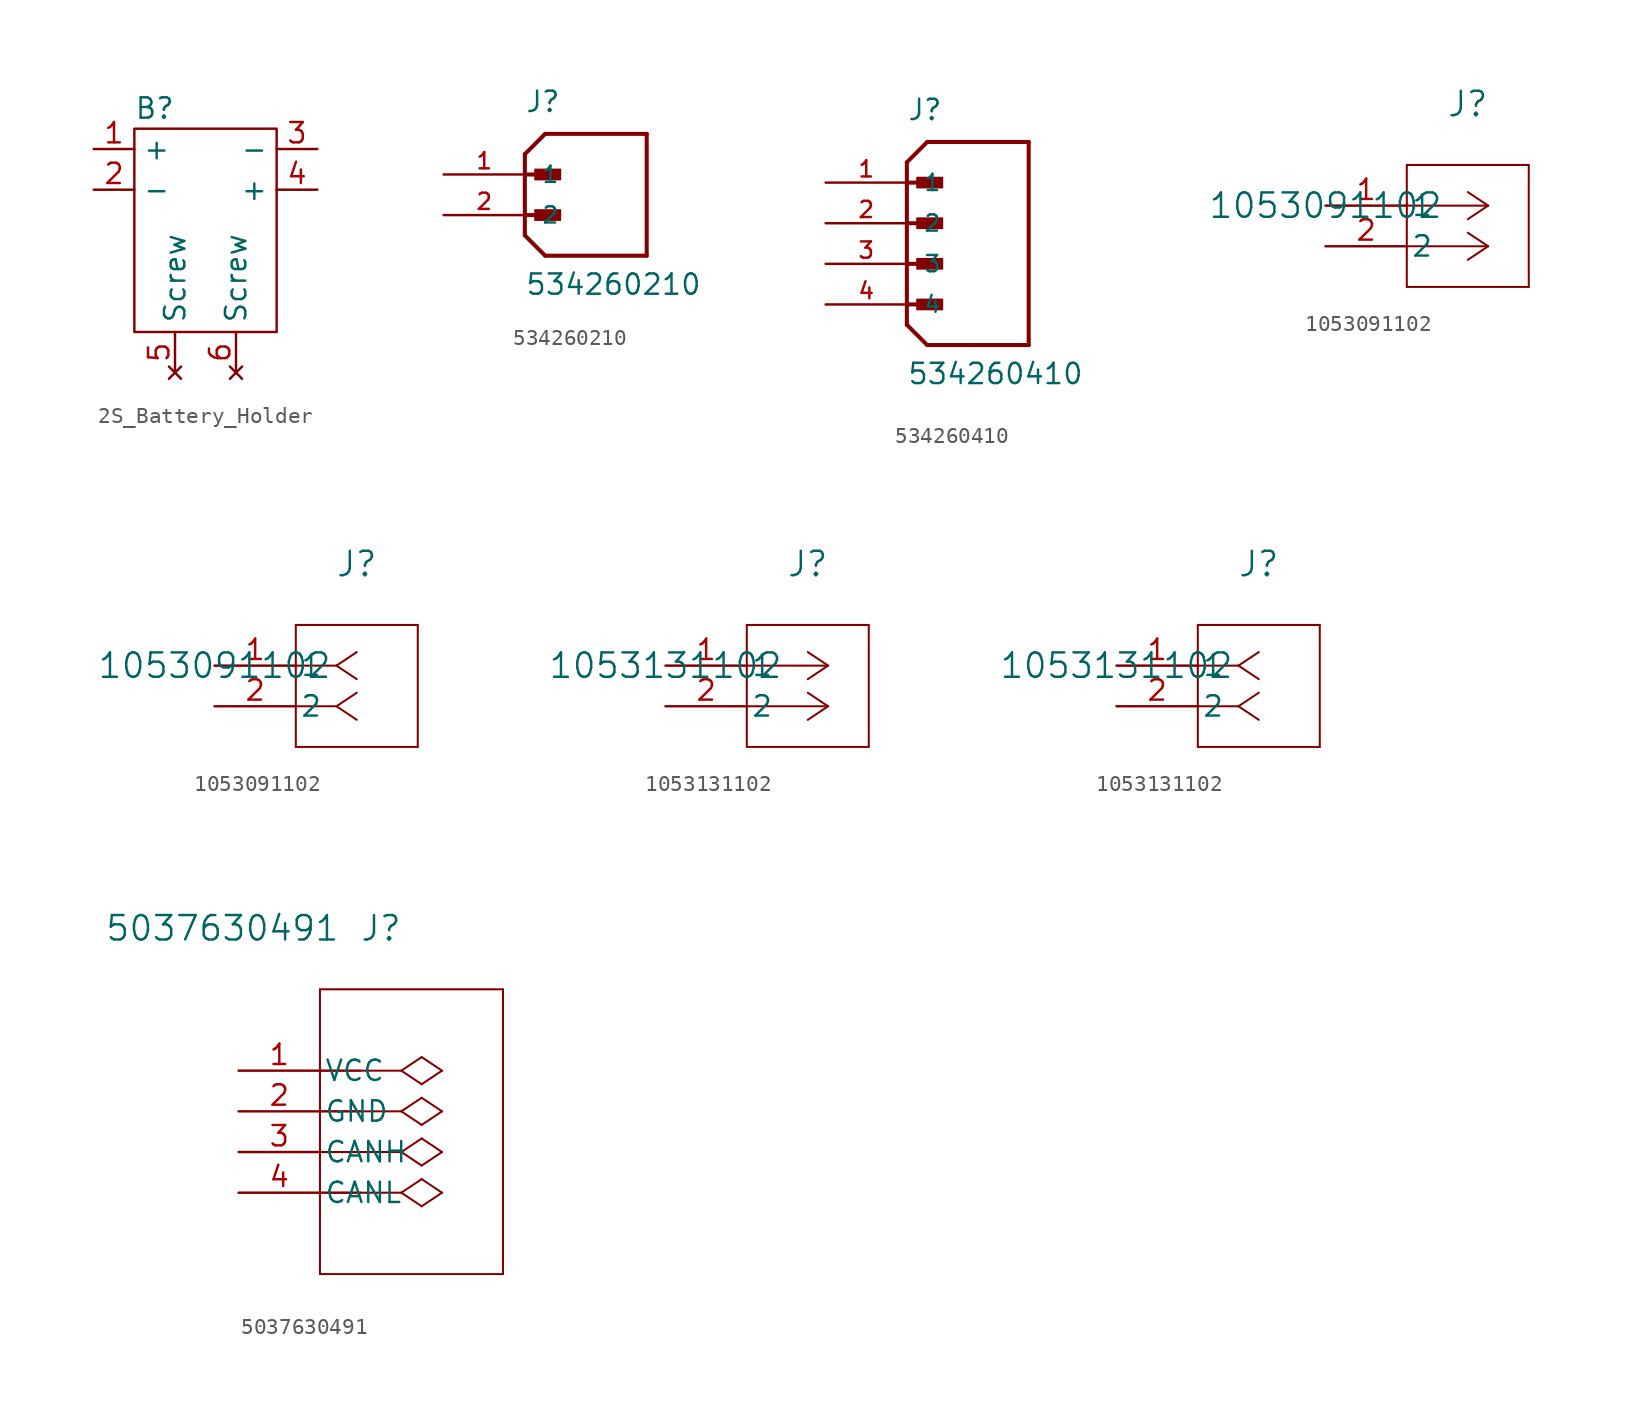
<source format=kicad_sym>
(kicad_symbol_lib
  (version 20231120)
  (generator "kicad_symbol_editor")
  (generator_version "8.0")
  (symbol "2S_Battery_Holder"
    (property "Reference" "B"
      (at 0 0 0)
      (effects (font (size 1.27 1.27))))
    (property "Value" ""
      (at 0 0 0)
      (effects (font (size 1.27 1.27))))
    (symbol "2S_Battery_Holder_0_1"
      (rectangle (start -1.27 -1.27) (end 7.62 -13.97) (stroke (width 0) (type default)) (fill (type none))))
    (symbol "2S_Battery_Holder_1_1"
      (pin unspecified line (at -3.81 -2.54 0) (length 2.54) (name "+" (effects (font (size 1.27 1.27)))) (number "1" (effects (font (size 1.27 1.27)))))
      (pin unspecified line (at -3.81 -5.08 0) (length 2.54) (name "-" (effects (font (size 1.27 1.27)))) (number "2" (effects (font (size 1.27 1.27)))))
      (pin unspecified line (at 10.16 -2.54 180) (length 2.54) (name "-" (effects (font (size 1.27 1.27)))) (number "3" (effects (font (size 1.27 1.27)))))
      (pin unspecified line (at 10.16 -5.08 180) (length 2.54) (name "+" (effects (font (size 1.27 1.27)))) (number "4" (effects (font (size 1.27 1.27)))))
      (pin no_connect line (at 1.27 -16.51 90) (length 2.54) (name "Screw" (effects (font (size 1.27 1.27)))) (number "5" (effects (font (size 1.27 1.27)))))
      (pin no_connect line (at 5.08 -16.51 90) (length 2.54) (name "Screw" (effects (font (size 1.27 1.27)))) (number "6" (effects (font (size 1.27 1.27)))))))
  (symbol "534260210"
    (pin_names
      (offset 1.016))
    (property "Reference" "J"
      (at 0 3.81 0)
      (effects (font (size 1.27 1.27)) (justify left bottom)))
    (property "Value" "534260210"
      (at 0 -7.62 0)
      (effects (font (size 1.27 1.27)) (justify left bottom)))
    (symbol "534260210_0_0"
      (polyline (pts (xy 0 -3.81) (xy 1.27 -5.08)) (stroke (width 0.254) (type default)) (fill (type none)))
      (polyline (pts (xy 0 -2.54) (xy 1.905 -2.54)) (stroke (width 0.254) (type default)) (fill (type none)))
      (polyline (pts (xy 0 0) (xy 0 -3.81)) (stroke (width 0.254) (type default)) (fill (type none)))
      (polyline (pts (xy 0 0) (xy 1.905 0)) (stroke (width 0.254) (type default)) (fill (type none)))
      (polyline (pts (xy 0 1.27) (xy 0 0)) (stroke (width 0.254) (type default)) (fill (type none)))
      (polyline (pts (xy 0 1.27) (xy 1.27 2.54)) (stroke (width 0.254) (type default)) (fill (type none)))
      (polyline (pts (xy 1.27 -5.08) (xy 7.62 -5.08)) (stroke (width 0.254) (type default)) (fill (type none)))
      (polyline (pts (xy 7.62 -5.08) (xy 7.62 2.54)) (stroke (width 0.254) (type default)) (fill (type none)))
      (polyline (pts (xy 7.62 2.54) (xy 1.27 2.54)) (stroke (width 0.254) (type default)) (fill (type none)))
      (rectangle (start 0.635 -2.857) (end 2.223 -2.223) (stroke (width 0.1) (type default)) (fill (type outline)))
      (rectangle (start 0.635 -0.318) (end 2.223 0.318) (stroke (width 0.1) (type default)) (fill (type outline)))
      (pin passive line (at -5.08 0 0) (length 5.08) (name "1" (effects (font (size 1.016 1.016)))) (number "1" (effects (font (size 1.016 1.016)))))
      (pin passive line (at -5.08 -2.54 0) (length 5.08) (name "2" (effects (font (size 1.016 1.016)))) (number "2" (effects (font (size 1.016 1.016)))))))
  (symbol "534260410"
    (pin_names
      (offset 1.016))
    (property "Reference" "J"
      (at 0 6.35 0)
      (effects (font (size 1.27 1.27)) (justify left bottom)))
    (property "Value" "534260410"
      (at 0 -10.16 0)
      (effects (font (size 1.27 1.27)) (justify left bottom)))
    (symbol "534260410_0_0"
      (polyline (pts (xy 0 -6.35) (xy 1.27 -7.62)) (stroke (width 0.254) (type default)) (fill (type none)))
      (polyline (pts (xy 0 -5.08) (xy 1.905 -5.08)) (stroke (width 0.254) (type default)) (fill (type none)))
      (polyline (pts (xy 0 -2.54) (xy 1.905 -2.54)) (stroke (width 0.254) (type default)) (fill (type none)))
      (polyline (pts (xy 0 0) (xy 1.905 0)) (stroke (width 0.254) (type default)) (fill (type none)))
      (polyline (pts (xy 0 2.54) (xy 0 -6.35)) (stroke (width 0.254) (type default)) (fill (type none)))
      (polyline (pts (xy 0 2.54) (xy 1.905 2.54)) (stroke (width 0.254) (type default)) (fill (type none)))
      (polyline (pts (xy 0 3.81) (xy 0 2.54)) (stroke (width 0.254) (type default)) (fill (type none)))
      (polyline (pts (xy 0 3.81) (xy 1.27 5.08)) (stroke (width 0.254) (type default)) (fill (type none)))
      (polyline (pts (xy 1.27 -7.62) (xy 7.62 -7.62)) (stroke (width 0.254) (type default)) (fill (type none)))
      (polyline (pts (xy 7.62 -7.62) (xy 7.62 5.08)) (stroke (width 0.254) (type default)) (fill (type none)))
      (polyline (pts (xy 7.62 5.08) (xy 1.27 5.08)) (stroke (width 0.254) (type default)) (fill (type none)))
      (rectangle (start 0.635 -5.397) (end 2.223 -4.763) (stroke (width 0.1) (type default)) (fill (type outline)))
      (rectangle (start 0.635 -2.857) (end 2.223 -2.223) (stroke (width 0.1) (type default)) (fill (type outline)))
      (rectangle (start 0.635 -0.318) (end 2.223 0.318) (stroke (width 0.1) (type default)) (fill (type outline)))
      (rectangle (start 0.635 2.223) (end 2.223 2.857) (stroke (width 0.1) (type default)) (fill (type outline)))
      (pin passive line (at -5.08 2.54 0) (length 5.08) (name "1" (effects (font (size 1.016 1.016)))) (number "1" (effects (font (size 1.016 1.016)))))
      (pin passive line (at -5.08 0 0) (length 5.08) (name "2" (effects (font (size 1.016 1.016)))) (number "2" (effects (font (size 1.016 1.016)))))
      (pin passive line (at -5.08 -2.54 0) (length 5.08) (name "3" (effects (font (size 1.016 1.016)))) (number "3" (effects (font (size 1.016 1.016)))))
      (pin passive line (at -5.08 -5.08 0) (length 5.08) (name "4" (effects (font (size 1.016 1.016)))) (number "4" (effects (font (size 1.016 1.016)))))))
  (symbol "1053091102"
    (pin_names
      (offset 0.254))
    (property "Reference" "J"
      (at 8.89 6.35 0)
      (effects (font (size 1.524 1.524))))
    (property "Value" "1053091102"
      (at 0 0 0)
      (effects (font (size 1.524 1.524))))
    (symbol "1053091102_1_1"
      (polyline (pts (xy 5.08 -5.08) (xy 12.7 -5.08)) (stroke (width 0.127) (type default)) (fill (type none)))
      (polyline (pts (xy 5.08 2.54) (xy 5.08 -5.08)) (stroke (width 0.127) (type default)) (fill (type none)))
      (polyline (pts (xy 10.16 -2.54) (xy 5.08 -2.54)) (stroke (width 0.127) (type default)) (fill (type none)))
      (polyline (pts (xy 10.16 -2.54) (xy 8.89 -3.387)) (stroke (width 0.127) (type default)) (fill (type none)))
      (polyline (pts (xy 10.16 -2.54) (xy 8.89 -1.693)) (stroke (width 0.127) (type default)) (fill (type none)))
      (polyline (pts (xy 10.16 0) (xy 5.08 0)) (stroke (width 0.127) (type default)) (fill (type none)))
      (polyline (pts (xy 10.16 0) (xy 8.89 -0.847)) (stroke (width 0.127) (type default)) (fill (type none)))
      (polyline (pts (xy 10.16 0) (xy 8.89 0.847)) (stroke (width 0.127) (type default)) (fill (type none)))
      (polyline (pts (xy 12.7 -5.08) (xy 12.7 2.54)) (stroke (width 0.127) (type default)) (fill (type none)))
      (polyline (pts (xy 12.7 2.54) (xy 5.08 2.54)) (stroke (width 0.127) (type default)) (fill (type none)))
      (pin unspecified line (at 0 0 0) (length 5.08) (name "1" (effects (font (size 1.27 1.27)))) (number "1" (effects (font (size 1.27 1.27)))))
      (pin unspecified line (at 0 -2.54 0) (length 5.08) (name "2" (effects (font (size 1.27 1.27)))) (number "2" (effects (font (size 1.27 1.27))))))
    (symbol "1053091102_1_2"
      (polyline (pts (xy 5.08 -5.08) (xy 12.7 -5.08)) (stroke (width 0.127) (type default)) (fill (type none)))
      (polyline (pts (xy 5.08 2.54) (xy 5.08 -5.08)) (stroke (width 0.127) (type default)) (fill (type none)))
      (polyline (pts (xy 7.62 -2.54) (xy 5.08 -2.54)) (stroke (width 0.127) (type default)) (fill (type none)))
      (polyline (pts (xy 7.62 -2.54) (xy 8.89 -3.387)) (stroke (width 0.127) (type default)) (fill (type none)))
      (polyline (pts (xy 7.62 -2.54) (xy 8.89 -1.693)) (stroke (width 0.127) (type default)) (fill (type none)))
      (polyline (pts (xy 7.62 0) (xy 5.08 0)) (stroke (width 0.127) (type default)) (fill (type none)))
      (polyline (pts (xy 7.62 0) (xy 8.89 -0.847)) (stroke (width 0.127) (type default)) (fill (type none)))
      (polyline (pts (xy 7.62 0) (xy 8.89 0.847)) (stroke (width 0.127) (type default)) (fill (type none)))
      (polyline (pts (xy 12.7 -5.08) (xy 12.7 2.54)) (stroke (width 0.127) (type default)) (fill (type none)))
      (polyline (pts (xy 12.7 2.54) (xy 5.08 2.54)) (stroke (width 0.127) (type default)) (fill (type none)))
      (pin unspecified line (at 0 0 0) (length 5.08) (name "1" (effects (font (size 1.27 1.27)))) (number "1" (effects (font (size 1.27 1.27)))))
      (pin unspecified line (at 0 -2.54 0) (length 5.08) (name "2" (effects (font (size 1.27 1.27)))) (number "2" (effects (font (size 1.27 1.27)))))))
  (symbol "1053131102"
    (pin_names
      (offset 0.254))
    (property "Reference" "J"
      (at 8.89 6.35 0)
      (effects (font (size 1.524 1.524))))
    (property "Value" "1053131102"
      (at 0 0 0)
      (effects (font (size 1.524 1.524))))
    (symbol "1053131102_1_1"
      (polyline (pts (xy 5.08 -5.08) (xy 12.7 -5.08)) (stroke (width 0.127) (type default)) (fill (type none)))
      (polyline (pts (xy 5.08 2.54) (xy 5.08 -5.08)) (stroke (width 0.127) (type default)) (fill (type none)))
      (polyline (pts (xy 10.16 -2.54) (xy 5.08 -2.54)) (stroke (width 0.127) (type default)) (fill (type none)))
      (polyline (pts (xy 10.16 -2.54) (xy 8.89 -3.387)) (stroke (width 0.127) (type default)) (fill (type none)))
      (polyline (pts (xy 10.16 -2.54) (xy 8.89 -1.693)) (stroke (width 0.127) (type default)) (fill (type none)))
      (polyline (pts (xy 10.16 0) (xy 5.08 0)) (stroke (width 0.127) (type default)) (fill (type none)))
      (polyline (pts (xy 10.16 0) (xy 8.89 -0.847)) (stroke (width 0.127) (type default)) (fill (type none)))
      (polyline (pts (xy 10.16 0) (xy 8.89 0.847)) (stroke (width 0.127) (type default)) (fill (type none)))
      (polyline (pts (xy 12.7 -5.08) (xy 12.7 2.54)) (stroke (width 0.127) (type default)) (fill (type none)))
      (polyline (pts (xy 12.7 2.54) (xy 5.08 2.54)) (stroke (width 0.127) (type default)) (fill (type none)))
      (pin unspecified line (at 0 0 0) (length 5.08) (name "1" (effects (font (size 1.27 1.27)))) (number "1" (effects (font (size 1.27 1.27)))))
      (pin unspecified line (at 0 -2.54 0) (length 5.08) (name "2" (effects (font (size 1.27 1.27)))) (number "2" (effects (font (size 1.27 1.27))))))
    (symbol "1053131102_1_2"
      (polyline (pts (xy 5.08 -5.08) (xy 12.7 -5.08)) (stroke (width 0.127) (type default)) (fill (type none)))
      (polyline (pts (xy 5.08 2.54) (xy 5.08 -5.08)) (stroke (width 0.127) (type default)) (fill (type none)))
      (polyline (pts (xy 7.62 -2.54) (xy 5.08 -2.54)) (stroke (width 0.127) (type default)) (fill (type none)))
      (polyline (pts (xy 7.62 -2.54) (xy 8.89 -3.387)) (stroke (width 0.127) (type default)) (fill (type none)))
      (polyline (pts (xy 7.62 -2.54) (xy 8.89 -1.693)) (stroke (width 0.127) (type default)) (fill (type none)))
      (polyline (pts (xy 7.62 0) (xy 5.08 0)) (stroke (width 0.127) (type default)) (fill (type none)))
      (polyline (pts (xy 7.62 0) (xy 8.89 -0.847)) (stroke (width 0.127) (type default)) (fill (type none)))
      (polyline (pts (xy 7.62 0) (xy 8.89 0.847)) (stroke (width 0.127) (type default)) (fill (type none)))
      (polyline (pts (xy 12.7 -5.08) (xy 12.7 2.54)) (stroke (width 0.127) (type default)) (fill (type none)))
      (polyline (pts (xy 12.7 2.54) (xy 5.08 2.54)) (stroke (width 0.127) (type default)) (fill (type none)))
      (pin unspecified line (at 0 0 0) (length 5.08) (name "1" (effects (font (size 1.27 1.27)))) (number "1" (effects (font (size 1.27 1.27)))))
      (pin unspecified line (at 0 -2.54 0) (length 5.08) (name "2" (effects (font (size 1.27 1.27)))) (number "2" (effects (font (size 1.27 1.27)))))))
  (symbol "5037630491"
    (pin_names
      (offset 0.254))
    (property "Reference" "J"
      (at 8.89 6.35 0)
      (effects (font (size 1.524 1.524))))
    (property "Value" "5037630491"
      (at -1.016 6.35 0)
      (effects (font (size 1.524 1.524))))
    (property "ki_locked" ""
      (at 0 0 0)
      (effects (font (size 1.27 1.27))))
    (symbol "5037630491_1_1"
      (polyline (pts (xy 5.08 -15.24) (xy 16.51 -15.24)) (stroke (width 0.127) (type default)) (fill (type none)))
      (polyline (pts (xy 5.08 2.54) (xy 5.08 -15.24)) (stroke (width 0.127) (type default)) (fill (type none)))
      (polyline (pts (xy 7.62 -10.16) (xy 5.08 -10.16)) (stroke (width 0.127) (type default)) (fill (type none)))
      (polyline (pts (xy 7.62 -7.62) (xy 5.08 -7.62)) (stroke (width 0.127) (type default)) (fill (type none)))
      (polyline (pts (xy 7.62 -5.08) (xy 5.08 -5.08)) (stroke (width 0.127) (type default)) (fill (type none)))
      (polyline (pts (xy 7.62 -2.54) (xy 5.08 -2.54)) (stroke (width 0.127) (type default)) (fill (type none)))
      (polyline (pts (xy 10.16 -10.16) (xy 5.08 -10.16)) (stroke (width 0.127) (type default)) (fill (type none)))
      (polyline (pts (xy 10.16 -10.16) (xy 11.43 -11.007)) (stroke (width 0.127) (type default)) (fill (type none)))
      (polyline (pts (xy 10.16 -10.16) (xy 11.43 -9.313)) (stroke (width 0.127) (type default)) (fill (type none)))
      (polyline (pts (xy 10.16 -7.62) (xy 5.08 -7.62)) (stroke (width 0.127) (type default)) (fill (type none)))
      (polyline (pts (xy 10.16 -7.62) (xy 11.43 -8.467)) (stroke (width 0.127) (type default)) (fill (type none)))
      (polyline (pts (xy 10.16 -7.62) (xy 11.43 -6.773)) (stroke (width 0.127) (type default)) (fill (type none)))
      (polyline (pts (xy 10.16 -5.08) (xy 5.08 -5.08)) (stroke (width 0.127) (type default)) (fill (type none)))
      (polyline (pts (xy 10.16 -5.08) (xy 11.43 -5.927)) (stroke (width 0.127) (type default)) (fill (type none)))
      (polyline (pts (xy 10.16 -5.08) (xy 11.43 -4.233)) (stroke (width 0.127) (type default)) (fill (type none)))
      (polyline (pts (xy 10.16 -2.54) (xy 5.08 -2.54)) (stroke (width 0.127) (type default)) (fill (type none)))
      (polyline (pts (xy 10.16 -2.54) (xy 11.43 -3.387)) (stroke (width 0.127) (type default)) (fill (type none)))
      (polyline (pts (xy 10.16 -2.54) (xy 11.43 -1.693)) (stroke (width 0.127) (type default)) (fill (type none)))
      (polyline (pts (xy 12.7 -10.16) (xy 11.43 -11.007)) (stroke (width 0.127) (type default)) (fill (type none)))
      (polyline (pts (xy 12.7 -10.16) (xy 11.43 -9.313)) (stroke (width 0.127) (type default)) (fill (type none)))
      (polyline (pts (xy 12.7 -7.62) (xy 11.43 -8.467)) (stroke (width 0.127) (type default)) (fill (type none)))
      (polyline (pts (xy 12.7 -7.62) (xy 11.43 -6.773)) (stroke (width 0.127) (type default)) (fill (type none)))
      (polyline (pts (xy 12.7 -5.08) (xy 11.43 -5.927)) (stroke (width 0.127) (type default)) (fill (type none)))
      (polyline (pts (xy 12.7 -5.08) (xy 11.43 -4.233)) (stroke (width 0.127) (type default)) (fill (type none)))
      (polyline (pts (xy 12.7 -2.54) (xy 11.43 -3.387)) (stroke (width 0.127) (type default)) (fill (type none)))
      (polyline (pts (xy 12.7 -2.54) (xy 11.43 -1.693)) (stroke (width 0.127) (type default)) (fill (type none)))
      (polyline (pts (xy 16.51 -15.24) (xy 16.51 2.54)) (stroke (width 0.127) (type default)) (fill (type none)))
      (polyline (pts (xy 16.51 2.54) (xy 5.08 2.54)) (stroke (width 0.127) (type default)) (fill (type none)))
      (pin input line (at 0 -2.54 0) (length 5.08) (name "VCC" (effects (font (size 1.27 1.27)))) (number "1" (effects (font (size 1.27 1.27)))))
      (pin input line (at 0 -5.08 0) (length 5.08) (name "GND" (effects (font (size 1.27 1.27)))) (number "2" (effects (font (size 1.27 1.27)))))
      (pin bidirectional line (at 0 -7.62 0) (length 5.08) (name "CANH" (effects (font (size 1.27 1.27)))) (number "3" (effects (font (size 1.27 1.27)))))
      (pin bidirectional line (at 0 -10.16 0) (length 5.08) (name "CANL" (effects (font (size 1.27 1.27)))) (number "4" (effects (font (size 1.27 1.27))))))))
</source>
